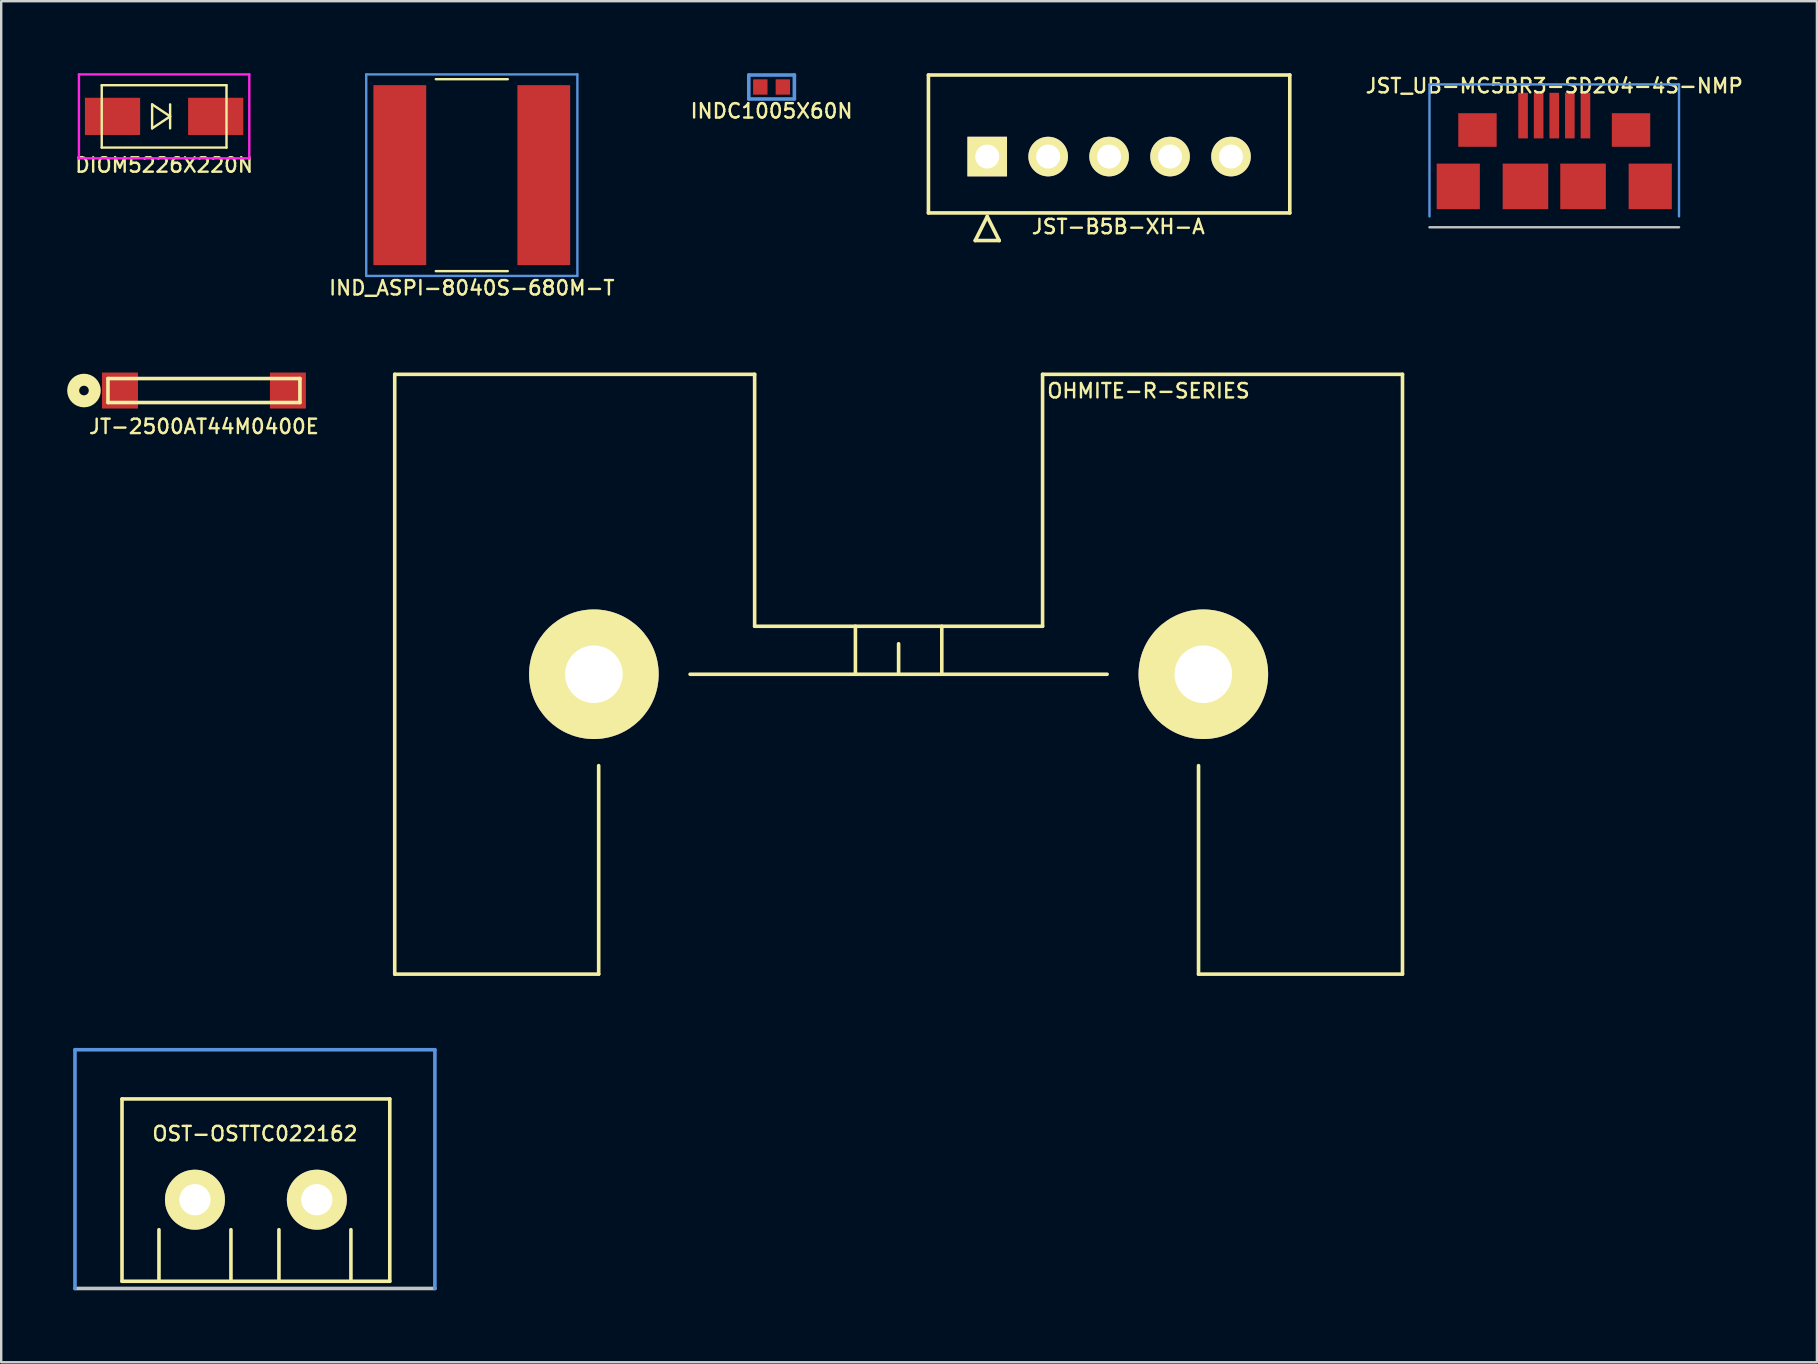
<source format=kicad_pcb>
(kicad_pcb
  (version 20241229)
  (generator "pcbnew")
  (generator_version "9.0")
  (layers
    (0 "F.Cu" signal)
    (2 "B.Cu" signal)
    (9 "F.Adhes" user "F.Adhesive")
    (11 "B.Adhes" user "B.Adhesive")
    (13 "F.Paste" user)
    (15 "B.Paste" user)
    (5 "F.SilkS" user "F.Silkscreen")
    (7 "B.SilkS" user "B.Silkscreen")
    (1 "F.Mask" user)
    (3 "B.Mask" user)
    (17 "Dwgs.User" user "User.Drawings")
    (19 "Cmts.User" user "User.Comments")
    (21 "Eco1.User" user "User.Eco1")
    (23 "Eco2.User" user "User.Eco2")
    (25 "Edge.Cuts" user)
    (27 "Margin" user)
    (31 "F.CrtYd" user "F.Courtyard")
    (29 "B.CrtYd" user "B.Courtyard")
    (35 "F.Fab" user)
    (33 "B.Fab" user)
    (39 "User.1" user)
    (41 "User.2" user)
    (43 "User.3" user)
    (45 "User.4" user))
  (footprint "JST_UB-MC5BR3-SD204-4S-NMP"
    (layer "F.Cu")
    (at 61.726 4.718)
    (property "Reference" "JST_UB-MC5BR3-SD204-4S-NMP" (at 0 -4.191 0) (layer "F.SilkS") (effects (font (size 0.6 0.6) (thickness 0.1))))
    (attr through_hole)
    (fp_line (start -5.2 1.704) (end 5.2 1.704) (stroke (width 0.1) (type solid)) (layer "Dwgs.User"))
    (fp_line (start -5.2 -4.25) (end 5.2 -4.25) (stroke (width 0.1) (type solid)) (layer "Cmts.User"))
    (fp_line (start -5.2 1.25) (end -5.2 -4.25) (stroke (width 0.1) (type solid)) (layer "Cmts.User"))
    (fp_line (start 5.2 -4.25) (end 5.2 1.25) (stroke (width 0.1) (type solid)) (layer "Cmts.User"))
    (pad "" smd rect (at -4 0) (size 1.8 1.9) (layers "F.Cu" "F.Mask" "F.Paste"))
    (pad "" smd rect (at -3.2 -2.35) (size 1.6 1.4) (layers "F.Cu" "F.Mask" "F.Paste"))
    (pad "" smd rect (at -1.2 0) (size 1.9 1.9) (layers "F.Cu" "F.Mask" "F.Paste"))
    (pad "" smd rect (at 1.2 0) (size 1.9 1.9) (layers "F.Cu" "F.Mask" "F.Paste"))
    (pad "" smd rect (at 3.2 -2.35) (size 1.6 1.4) (layers "F.Cu" "F.Mask" "F.Paste"))
    (pad "" smd rect (at 4 0) (size 1.8 1.9) (layers "F.Cu" "F.Mask" "F.Paste"))
    (pad "1" smd rect (at -1.3 -2.95) (size 0.4 1.9) (layers "F.Cu" "F.Mask" "F.Paste"))
    (pad "2" smd rect (at -0.65 -2.95) (size 0.4 1.9) (layers "F.Cu" "F.Mask" "F.Paste"))
    (pad "3" smd rect (at 0 -2.95) (size 0.4 1.9) (layers "F.Cu" "F.Mask" "F.Paste"))
    (pad "4" smd rect (at 0.65 -2.95) (size 0.4 1.9) (layers "F.Cu" "F.Mask" "F.Paste"))
    (pad "5" smd rect (at 1.3 -2.95) (size 0.4 1.9) (layers "F.Cu" "F.Mask" "F.Paste")))
  (footprint "JST-B5B-XH-A"
    (layer "F.Cu")
    (at 38.094 3.475)
    (property "Reference" "JST-B5B-XH-A" (at 5.461 2.921 0) (layer "F.SilkS") (effects (font (size 0.6 0.6) (thickness 0.1))))
    (attr through_hole)
    (fp_line (start -2.45 -3.4) (end -2.45 2.35) (stroke (width 0.15) (type solid)) (layer "F.SilkS"))
    (fp_line (start -2.45 -3.4) (end 12.61 -3.4) (stroke (width 0.15) (type solid)) (layer "F.SilkS"))
    (fp_line (start -0.5 3.5) (end 0.5 3.5) (stroke (width 0.15) (type solid)) (layer "F.SilkS"))
    (fp_line (start 0 2.5) (end -0.5 3.5) (stroke (width 0.15) (type solid)) (layer "F.SilkS"))
    (fp_line (start 0.5 3.5) (end 0 2.5) (stroke (width 0.15) (type solid)) (layer "F.SilkS"))
    (fp_line (start 12.61 2.35) (end -2.45 2.35) (stroke (width 0.15) (type solid)) (layer "F.SilkS"))
    (fp_line (start 12.61 2.35) (end 12.61 -3.4) (stroke (width 0.15) (type solid)) (layer "F.SilkS"))
    (pad "1" thru_hole rect (at 0 0) (size 1.65 1.65) (drill 1) (layers "*.Cu" "*.Mask" "F.SilkS"))
    (pad "2" thru_hole circle (at 2.54 0) (size 1.65 1.65) (drill 1) (layers "*.Cu" "*.Mask" "F.SilkS"))
    (pad "3" thru_hole circle (at 5.08 0) (size 1.65 1.65) (drill 1) (layers "*.Cu" "*.Mask" "F.SilkS"))
    (pad "4" thru_hole circle (at 7.62 0) (size 1.65 1.65) (drill 1) (layers "*.Cu" "*.Mask" "F.SilkS"))
    (pad "5" thru_hole circle (at 10.16 0) (size 1.65 1.65) (drill 1) (layers "*.Cu" "*.Mask" "F.SilkS")))
  (footprint "INDC1005X60N"
    (layer "F.Cu")
    (at 29.107 0.575)
    (property "Reference" "INDC1005X60N" (at 0 1 0) (layer "F.SilkS") (effects (font (size 0.6 0.6) (thickness 0.1))))
    (attr through_hole)
    (fp_line (start -0.95 -0.5) (end 0.95 -0.5) (stroke (width 0.15) (type solid)) (layer "Cmts.User"))
    (fp_line (start -0.95 0.5) (end -0.95 -0.5) (stroke (width 0.15) (type solid)) (layer "Cmts.User"))
    (fp_line (start 0.95 -0.5) (end 0.95 0.5) (stroke (width 0.15) (type solid)) (layer "Cmts.User"))
    (fp_line (start 0.95 0.5) (end -0.95 0.5) (stroke (width 0.15) (type solid)) (layer "Cmts.User"))
    (pad "1" smd rect (at -0.47 0) (size 0.6 0.64) (layers "F.Cu" "F.Mask" "F.Paste"))
    (pad "2" smd rect (at 0.47 0) (size 0.6 0.64) (layers "F.Cu" "F.Mask" "F.Paste")))
  (footprint "OST-OSTTC022162"
    (layer "F.Cu")
    (at 5.075 46.95)
    (property "Reference" "OST-OSTTC022162" (at 2.5 -2.75 0) (layer "F.SilkS") (effects (font (size 0.6 0.6) (thickness 0.1))))
    (attr through_hole)
    (fp_line (start -3.04 -4.2) (end -3.04 3.4) (stroke (width 0.15) (type solid)) (layer "F.SilkS"))
    (fp_line (start -3.04 3.4) (end 8.12 3.4) (stroke (width 0.15) (type solid)) (layer "F.SilkS"))
    (fp_line (start -1.5 1.25) (end -1.5 3.4) (stroke (width 0.15) (type solid)) (layer "F.SilkS"))
    (fp_line (start 1.5 1.25) (end 1.5 3.4) (stroke (width 0.15) (type solid)) (layer "F.SilkS"))
    (fp_line (start 3.5 1.25) (end 3.5 3.4) (stroke (width 0.15) (type solid)) (layer "F.SilkS"))
    (fp_line (start 6.5 1.25) (end 6.5 3.4) (stroke (width 0.15) (type solid)) (layer "F.SilkS"))
    (fp_line (start 8.12 -4.2) (end -3.04 -4.2) (stroke (width 0.15) (type solid)) (layer "F.SilkS"))
    (fp_line (start 8.12 3.4) (end 8.12 -4.2) (stroke (width 0.15) (type solid)) (layer "F.SilkS"))
    (fp_line (start -5 3.7) (end 10 3.7) (stroke (width 0.15) (type solid)) (layer "Dwgs.User"))
    (fp_line (start -5 -6.25) (end 10 -6.25) (stroke (width 0.15) (type solid)) (layer "Cmts.User"))
    (fp_line (start -5 3.7) (end -5 -6.25) (stroke (width 0.15) (type solid)) (layer "Cmts.User"))
    (fp_line (start 10 -6.25) (end 10 3.7) (stroke (width 0.15) (type solid)) (layer "Cmts.User"))
    (pad "1" thru_hole circle (at 0 0) (size 2.5 2.5) (drill 1.3) (layers "*.Cu" "*.Mask" "F.SilkS"))
    (pad "2" thru_hole circle (at 5.08 0) (size 2.5 2.5) (drill 1.3) (layers "*.Cu" "*.Mask" "F.SilkS")))
  (footprint "DIOM5226X220N"
    (layer "F.Cu")
    (at 3.79 1.8)
    (property "Reference" "DIOM5226X220N" (at 0 2.032 0) (layer "F.SilkS") (effects (font (size 0.6 0.6) (thickness 0.1))))
    (attr through_hole)
    (fp_line (start -2.6 -1.3) (end 2.6 -1.3) (stroke (width 0.1) (type solid)) (layer "F.SilkS"))
    (fp_line (start -2.6 1.3) (end -2.6 -1.3) (stroke (width 0.1) (type solid)) (layer "F.SilkS"))
    (fp_line (start -0.5 -0.5) (end -0.5 0.5) (stroke (width 0.1) (type solid)) (layer "F.SilkS"))
    (fp_line (start -0.5 0.5) (end 0.25 0) (stroke (width 0.1) (type solid)) (layer "F.SilkS"))
    (fp_line (start 0.25 -0.5) (end 0.25 0.5) (stroke (width 0.1) (type solid)) (layer "F.SilkS"))
    (fp_line (start 0.25 0) (end -0.5 -0.5) (stroke (width 0.1) (type solid)) (layer "F.SilkS"))
    (fp_line (start 2.6 -1.3) (end 2.6 1.3) (stroke (width 0.1) (type solid)) (layer "F.SilkS"))
    (fp_line (start 2.6 1.3) (end -2.6 1.3) (stroke (width 0.1) (type solid)) (layer "F.SilkS"))
    (fp_line (start -3.55 -1.75) (end 3.55 -1.75) (stroke (width 0.1) (type solid)) (layer "F.CrtYd"))
    (fp_line (start -3.55 1.75) (end -3.55 -1.75) (stroke (width 0.1) (type solid)) (layer "F.CrtYd"))
    (fp_line (start 3.55 -1.75) (end 3.55 1.75) (stroke (width 0.1) (type solid)) (layer "F.CrtYd"))
    (fp_line (start 3.55 1.75) (end -3.55 1.75) (stroke (width 0.1) (type solid)) (layer "F.CrtYd"))
    (pad "1" smd rect (at -2.15 0) (size 2.3 1.55) (layers "F.Cu" "F.Mask" "F.Paste"))
    (pad "2" smd rect (at 2.15 0) (size 2.3 1.55) (layers "F.Cu" "F.Mask" "F.Paste")))
  (footprint "OHMITE-R-SERIES"
    (layer "F.Cu")
    (at 34.401 25.05)
    (property "Reference" "OHMITE-R-SERIES" (at 10.414 -11.811 0) (layer "F.SilkS") (effects (font (size 0.6 0.6) (thickness 0.1))))
    (attr through_hole)
    (fp_line (start -21 -12.5) (end -21 12.5) (stroke (width 0.15) (type solid)) (layer "F.SilkS"))
    (fp_line (start -21 12.5) (end -12.5 12.5) (stroke (width 0.15) (type solid)) (layer "F.SilkS"))
    (fp_line (start -12.5 12.5) (end -12.5 3.81) (stroke (width 0.15) (type solid)) (layer "F.SilkS"))
    (fp_line (start -8.69 0) (end 8.69 0) (stroke (width 0.15) (type solid)) (layer "F.SilkS"))
    (fp_line (start -6 -12.5) (end -21 -12.5) (stroke (width 0.15) (type solid)) (layer "F.SilkS"))
    (fp_line (start -6 -2) (end -6 -12.5) (stroke (width 0.15) (type solid)) (layer "F.SilkS"))
    (fp_line (start -1.8 -2) (end -1.8 0) (stroke (width 0.15) (type solid)) (layer "F.SilkS"))
    (fp_line (start 0 0) (end 0 -1.27) (stroke (width 0.15) (type solid)) (layer "F.SilkS"))
    (fp_line (start 1.8 -2) (end 1.8 0) (stroke (width 0.15) (type solid)) (layer "F.SilkS"))
    (fp_line (start 6 -12.5) (end 6 -2) (stroke (width 0.15) (type solid)) (layer "F.SilkS"))
    (fp_line (start 6 -2) (end -6 -2) (stroke (width 0.15) (type solid)) (layer "F.SilkS"))
    (fp_line (start 12.5 3.81) (end 12.5 12.5) (stroke (width 0.15) (type solid)) (layer "F.SilkS"))
    (fp_line (start 12.5 12.5) (end 21 12.5) (stroke (width 0.15) (type solid)) (layer "F.SilkS"))
    (fp_line (start 21 -12.5) (end 6 -12.5) (stroke (width 0.15) (type solid)) (layer "F.SilkS"))
    (fp_line (start 21 12.5) (end 21 -12.5) (stroke (width 0.15) (type solid)) (layer "F.SilkS"))
    (pad "1" thru_hole circle (at -12.7 0) (size 5.4 5.4) (drill 2.4) (layers "*.Cu" "*.Mask" "F.SilkS"))
    (pad "2" thru_hole circle (at 12.7 0) (size 5.4 5.4) (drill 2.4) (layers "*.Cu" "*.Mask" "F.SilkS")))
  (footprint "JT-2500AT44M0400E"
    (layer "F.Cu")
    (at 1.95 13.226)
    (property "Reference" "JT-2500AT44M0400E" (at 3.5 1.5 0) (layer "F.SilkS") (effects (font (size 0.6 0.6) (thickness 0.1))))
    (attr through_hole)
    (fp_line (start -0.5 -0.5) (end 7.5 -0.5) (stroke (width 0.15) (type solid)) (layer "F.SilkS"))
    (fp_line (start -0.5 0.5) (end -0.5 -0.5) (stroke (width 0.15) (type solid)) (layer "F.SilkS"))
    (fp_line (start 7.5 -0.5) (end 7.5 0.5) (stroke (width 0.15) (type solid)) (layer "F.SilkS"))
    (fp_line (start 7.5 0.5) (end -0.5 0.5) (stroke (width 0.15) (type solid)) (layer "F.SilkS"))
    (fp_circle (center -1.5 0) (end -1.5 0.2) (stroke (width 0.5) (type solid)) (fill no) (layer "F.SilkS"))
    (pad "1" smd rect (at 0 0) (size 1.5 1.5) (layers "F.Cu" "F.Mask" "F.Paste"))
    (pad "2" smd rect (at 7 0) (size 1.5 1.5) (layers "F.Cu" "F.Mask" "F.Paste")))
  (footprint "IND_ASPI-8040S-680M-T"
    (layer "F.Cu")
    (at 16.613 4.25)
    (property "Reference" "IND_ASPI-8040S-680M-T" (at 0 4.699 0) (layer "F.SilkS") (effects (font (size 0.6 0.6) (thickness 0.1))))
    (attr through_hole)
    (fp_line (start -1.5 -4) (end 1.5 -4) (stroke (width 0.1) (type solid)) (layer "F.SilkS"))
    (fp_line (start -1.5 4) (end 1.5 4) (stroke (width 0.1) (type solid)) (layer "F.SilkS"))
    (fp_line (start -4.4 -4.2) (end 4.4 -4.2) (stroke (width 0.1) (type solid)) (layer "Cmts.User"))
    (fp_line (start -4.4 4.2) (end -4.4 -4.2) (stroke (width 0.1) (type solid)) (layer "Cmts.User"))
    (fp_line (start 4.4 -4.2) (end 4.4 4.2) (stroke (width 0.1) (type solid)) (layer "Cmts.User"))
    (fp_line (start 4.4 4.2) (end -4.4 4.2) (stroke (width 0.1) (type solid)) (layer "Cmts.User"))
    (pad "1" smd rect (at -3 0) (size 2.2 7.5) (layers "F.Cu" "F.Mask" "F.Paste"))
    (pad "2" smd rect (at 3 0) (size 2.2 7.5) (layers "F.Cu" "F.Mask" "F.Paste")))
  (gr_rect
    (start -3 -3)
    (end 72.673 53.725)
    (stroke (width 0.1) (type default))
    (fill no)
    (layer "Edge.Cuts")))
</source>
